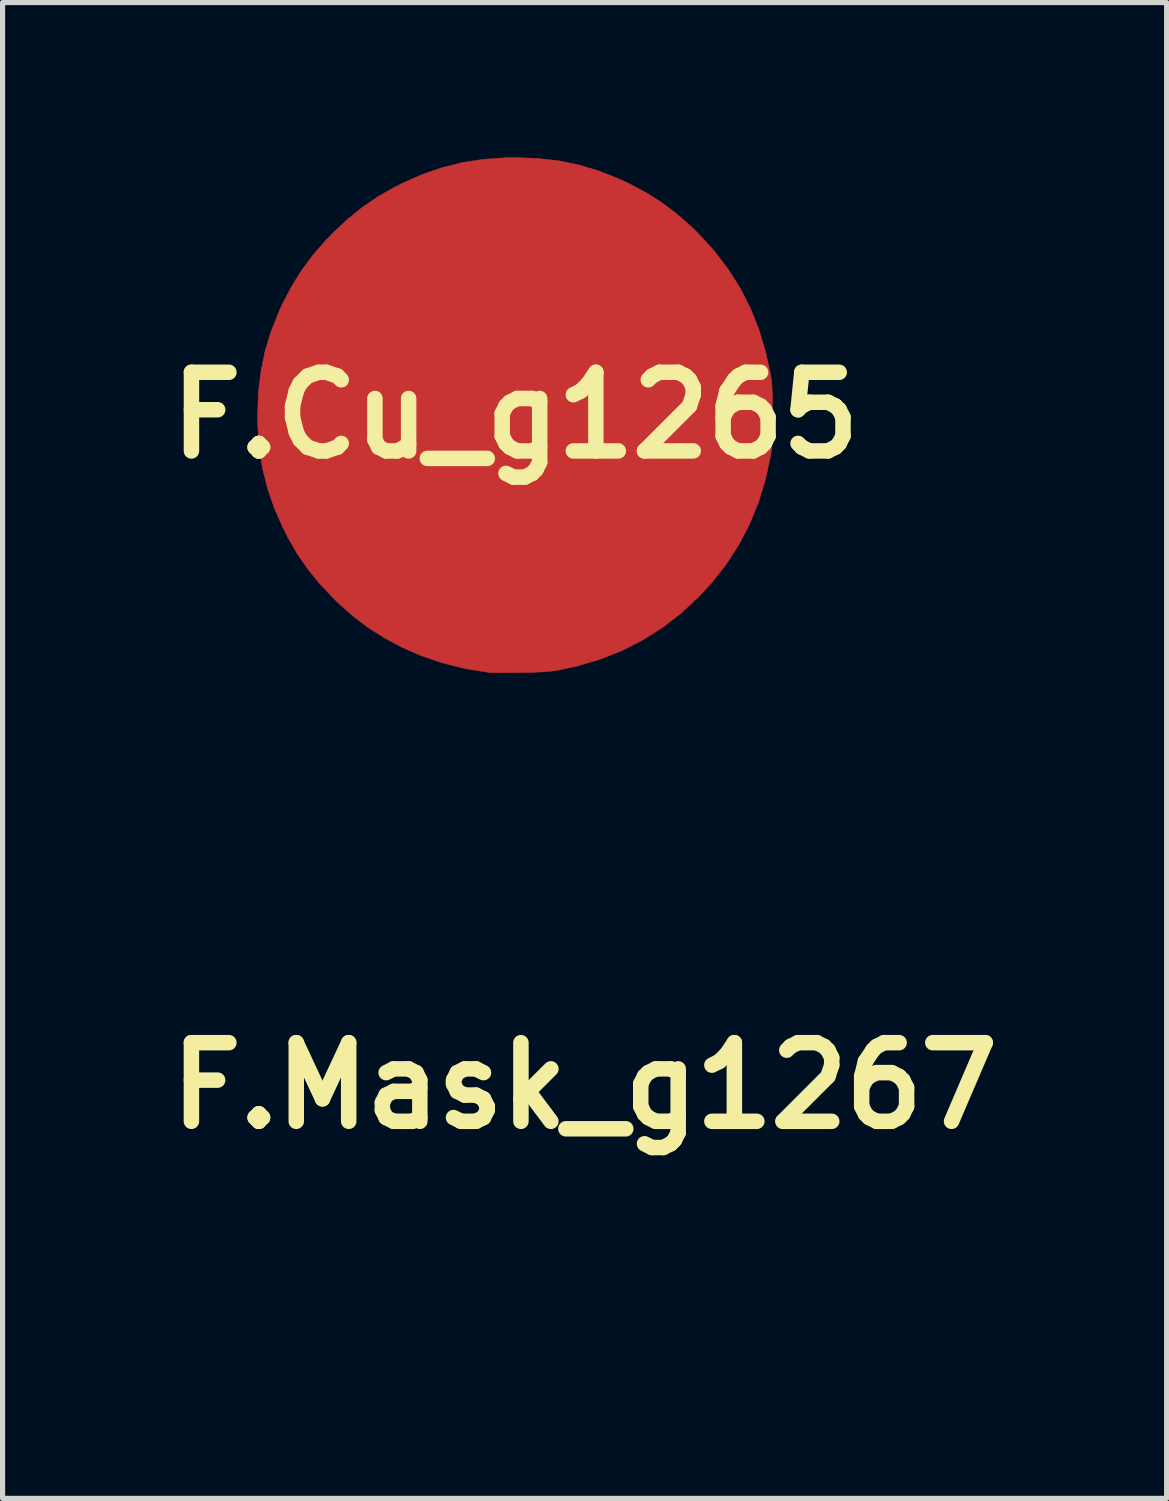
<source format=kicad_pcb>
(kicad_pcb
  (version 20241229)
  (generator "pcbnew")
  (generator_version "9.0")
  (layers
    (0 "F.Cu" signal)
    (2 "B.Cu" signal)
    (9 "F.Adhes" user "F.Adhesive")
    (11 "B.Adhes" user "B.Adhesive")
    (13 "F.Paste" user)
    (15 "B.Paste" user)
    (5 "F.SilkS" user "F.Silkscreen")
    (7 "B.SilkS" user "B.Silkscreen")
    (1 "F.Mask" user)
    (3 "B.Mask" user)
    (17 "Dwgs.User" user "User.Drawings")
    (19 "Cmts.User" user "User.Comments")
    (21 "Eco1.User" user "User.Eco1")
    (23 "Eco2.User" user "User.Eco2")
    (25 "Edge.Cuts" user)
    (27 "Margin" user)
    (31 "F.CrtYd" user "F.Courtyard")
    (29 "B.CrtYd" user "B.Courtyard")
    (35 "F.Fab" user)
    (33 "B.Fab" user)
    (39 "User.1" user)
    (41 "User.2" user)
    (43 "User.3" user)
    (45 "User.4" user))
  (footprint "F.Cu_g1265"
    (layer "F.Cu")
    (at 6.938 5)
    (property "Reference" "F.Cu_g1265" (at 0 0 0) (layer "F.SilkS") (effects (font (size 1.524 1.524) (thickness 0.3))))
    (attr through_hole)
    (fp_poly (pts (xy 0.428 -4.98) (xy 0.832 -4.935) (xy 1.221 -4.856) (xy 1.602 -4.743) (xy 1.983 -4.594) (xy 2.191 -4.498) (xy 2.519 -4.325) (xy 2.821 -4.135) (xy 3.106 -3.923) (xy 3.385 -3.68) (xy 3.535 -3.535) (xy 3.846 -3.197) (xy 4.119 -2.842) (xy 4.355 -2.469) (xy 4.556 -2.075) (xy 4.722 -1.659) (xy 4.853 -1.218) (xy 4.937 -0.836) (xy 4.952 -0.754) (xy 4.963 -0.677) (xy 4.971 -0.599) (xy 4.977 -0.512) (xy 4.981 -0.409) (xy 4.983 -0.283) (xy 4.984 -0.127) (xy 4.984 0) (xy 4.983 0.191) (xy 4.981 0.347) (xy 4.978 0.473) (xy 4.972 0.577) (xy 4.964 0.666) (xy 4.954 0.745) (xy 4.945 0.794) (xy 4.843 1.259) (xy 4.707 1.699) (xy 4.536 2.115) (xy 4.331 2.509) (xy 4.09 2.882) (xy 3.813 3.236) (xy 3.535 3.535) (xy 3.196 3.847) (xy 2.839 4.121) (xy 2.463 4.358) (xy 2.067 4.559) (xy 1.648 4.725) (xy 1.205 4.857) (xy 0.847 4.935) (xy 0.758 4.95) (xy 0.664 4.961) (xy 0.557 4.97) (xy 0.429 4.976) (xy 0.273 4.981) (xy 0.095 4.984) (xy -0.055 4.986) (xy -0.194 4.986) (xy -0.316 4.986) (xy -0.414 4.986) (xy -0.482 4.984) (xy -0.508 4.983) (xy -0.976 4.908) (xy -1.427 4.795) (xy -1.861 4.644) (xy -2.191 4.498) (xy -2.523 4.322) (xy -2.827 4.131) (xy -3.114 3.917) (xy -3.394 3.672) (xy -3.535 3.535) (xy -3.798 3.255) (xy -4.026 2.973) (xy -4.228 2.68) (xy -4.41 2.363) (xy -4.498 2.191) (xy -4.669 1.803) (xy -4.802 1.417) (xy -4.899 1.026) (xy -4.962 0.622) (xy -4.992 0.2) (xy -4.995 0) (xy -4.98 -0.434) (xy -4.932 -0.845) (xy -4.851 -1.241) (xy -4.734 -1.628) (xy -4.58 -2.014) (xy -4.498 -2.191) (xy -4.323 -2.522) (xy -4.132 -2.826) (xy -3.918 -3.113) (xy -3.673 -3.392) (xy -3.535 -3.535) (xy -3.255 -3.798) (xy -2.973 -4.026) (xy -2.68 -4.228) (xy -2.363 -4.41) (xy -2.191 -4.498) (xy -1.803 -4.669) (xy -1.417 -4.802) (xy -1.026 -4.899) (xy -0.622 -4.962) (xy -0.2 -4.992) (xy 0 -4.995) (xy 0.428 -4.98)) (stroke (width 0.01) (type solid)) (fill yes) (layer "F.Cu")))
  (footprint "F.Mask_g1267"
    (layer "F.Cu")
    (at 8.28 17.993)
    (property "Reference" "F.Mask_g1267" (at 0 0 0) (layer "F.SilkS") (effects (font (size 1.524 1.524) (thickness 0.3))))
    (attr through_hole)
    (fp_poly (pts (xy 0.562 -4.97) (xy 0.972 -4.912) (xy 1.095 -4.887) (xy 1.528 -4.772) (xy 1.946 -4.619) (xy 2.346 -4.43) (xy 2.726 -4.206) (xy 3.084 -3.951) (xy 3.418 -3.665) (xy 3.726 -3.351) (xy 4.006 -3.011) (xy 4.257 -2.646) (xy 4.475 -2.26) (xy 4.66 -1.852) (xy 4.808 -1.427) (xy 4.868 -1.206) (xy 4.908 -1.038) (xy 4.939 -0.882) (xy 4.962 -0.73) (xy 4.979 -0.573) (xy 4.989 -0.401) (xy 4.994 -0.204) (xy 4.995 0) (xy 4.994 0.226) (xy 4.988 0.42) (xy 4.977 0.59) (xy 4.96 0.747) (xy 4.936 0.898) (xy 4.905 1.055) (xy 4.868 1.206) (xy 4.788 1.495) (xy 4.695 1.765) (xy 4.582 2.034) (xy 4.498 2.212) (xy 4.276 2.615) (xy 4.022 2.992) (xy 3.738 3.341) (xy 3.426 3.661) (xy 3.087 3.951) (xy 2.723 4.208) (xy 2.337 4.432) (xy 1.931 4.622) (xy 1.506 4.775) (xy 1.064 4.891) (xy 0.649 4.963) (xy 0.507 4.977) (xy 0.334 4.986) (xy 0.143 4.992) (xy -0.056 4.993) (xy -0.251 4.989) (xy -0.432 4.981) (xy -0.587 4.969) (xy -0.646 4.962) (xy -1.092 4.882) (xy -1.525 4.762) (xy -1.943 4.605) (xy -2.343 4.413) (xy -2.723 4.187) (xy -3.081 3.929) (xy -3.416 3.642) (xy -3.724 3.326) (xy -4.004 2.984) (xy -4.253 2.618) (xy -4.47 2.228) (xy -4.652 1.818) (xy -4.742 1.567) (xy -4.844 1.216) (xy -4.917 0.867) (xy -4.962 0.509) (xy -4.982 0.132) (xy -4.983 0) (xy -4.982 -0.2) (xy -4.976 -0.371) (xy -4.964 -0.527) (xy -4.946 -0.679) (xy -4.92 -0.842) (xy -4.883 -1.028) (xy -4.875 -1.069) (xy -4.766 -1.492) (xy -4.617 -1.905) (xy -4.43 -2.304) (xy -4.208 -2.687) (xy -3.951 -3.05) (xy -3.663 -3.391) (xy -3.345 -3.708) (xy -2.999 -3.996) (xy -2.741 -4.18) (xy -2.476 -4.342) (xy -2.18 -4.495) (xy -1.868 -4.633) (xy -1.551 -4.752) (xy -1.241 -4.846) (xy -1.111 -4.877) (xy -0.708 -4.95) (xy -0.288 -4.989) (xy 0.139 -4.996) (xy 0.562 -4.97)) (stroke (width 0.01) (type solid)) (fill yes) (layer "F.Mask")))
  (gr_rect
    (start -3 -3)
    (end 19.561 25.991)
    (stroke (width 0.1) (type default))
    (fill no)
    (layer "Edge.Cuts")))
</source>
